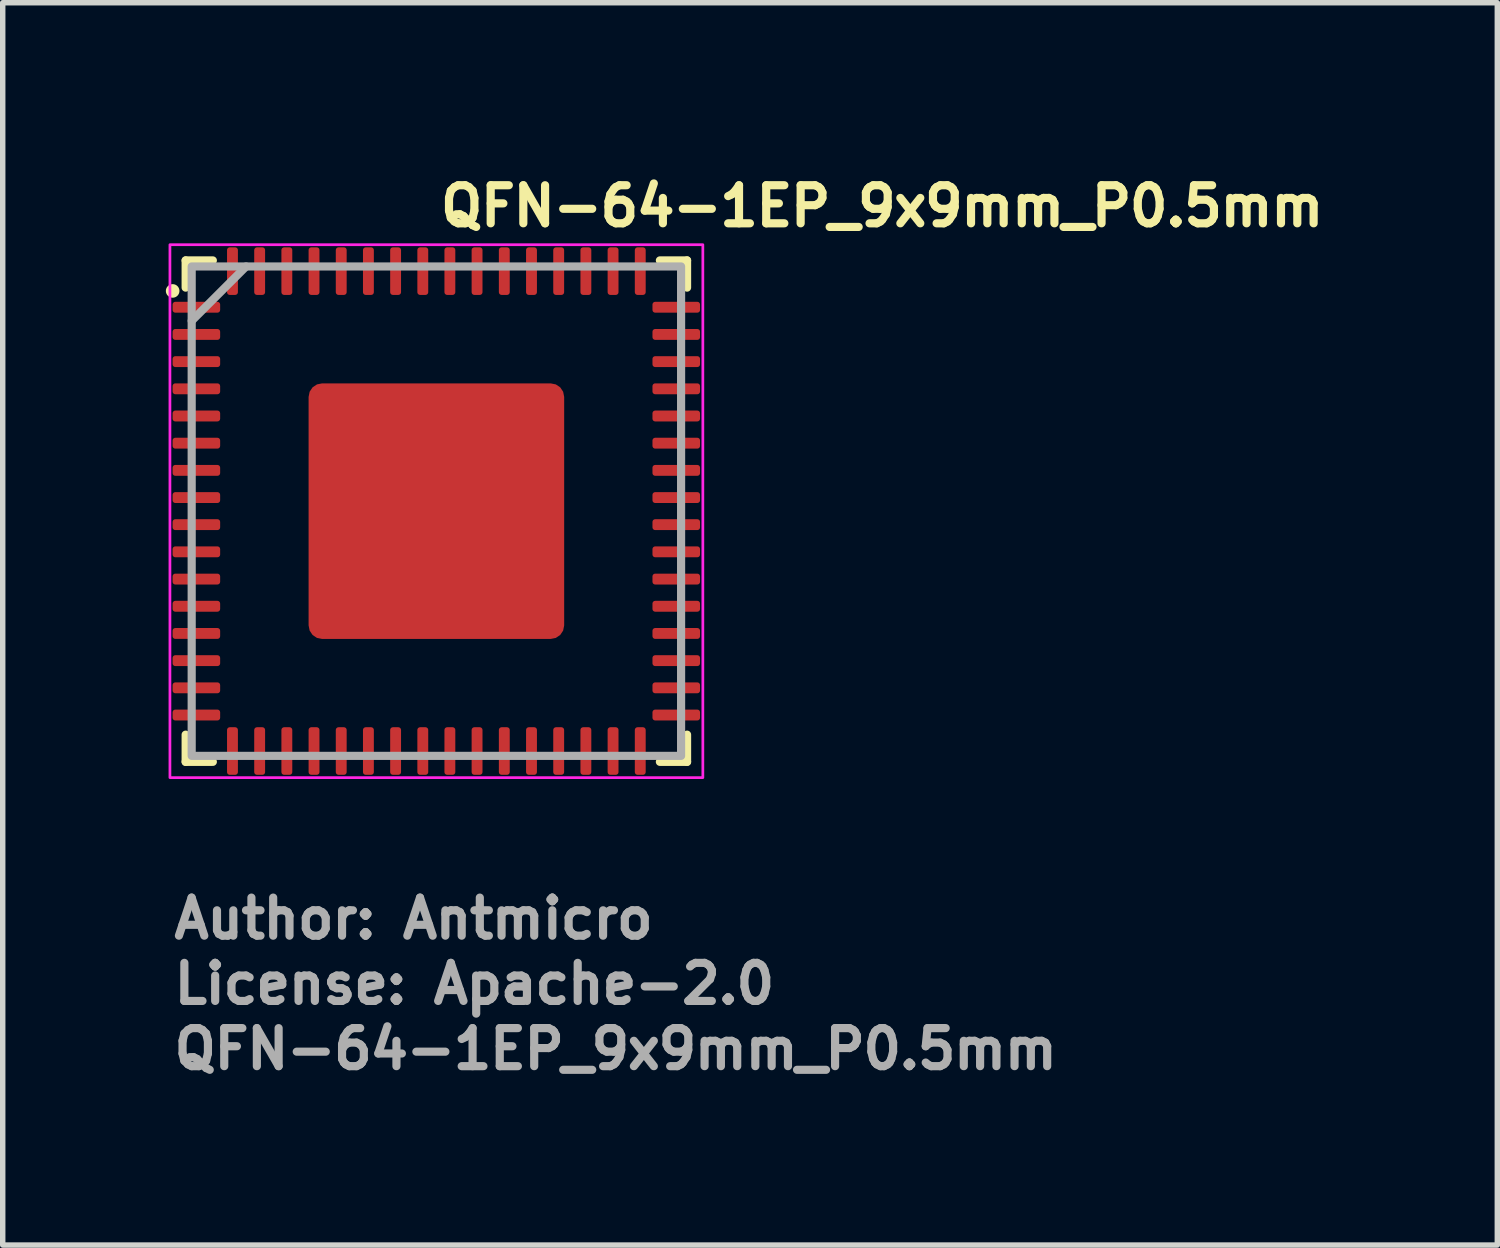
<source format=kicad_pcb>
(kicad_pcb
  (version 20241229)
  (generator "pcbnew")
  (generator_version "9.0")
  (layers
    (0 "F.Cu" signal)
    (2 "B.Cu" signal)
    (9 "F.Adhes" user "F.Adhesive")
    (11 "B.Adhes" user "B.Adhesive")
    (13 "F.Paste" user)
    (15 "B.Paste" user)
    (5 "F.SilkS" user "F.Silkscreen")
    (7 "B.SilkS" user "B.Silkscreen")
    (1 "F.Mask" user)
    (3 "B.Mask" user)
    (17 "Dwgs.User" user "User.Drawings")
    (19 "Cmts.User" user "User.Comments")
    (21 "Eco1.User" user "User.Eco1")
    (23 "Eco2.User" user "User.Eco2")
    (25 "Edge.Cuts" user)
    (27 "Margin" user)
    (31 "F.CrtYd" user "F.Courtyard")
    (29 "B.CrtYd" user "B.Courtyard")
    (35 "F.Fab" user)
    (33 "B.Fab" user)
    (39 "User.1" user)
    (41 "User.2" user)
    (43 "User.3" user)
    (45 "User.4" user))
  (footprint "QFN-64-1EP_9x9mm_P0.5mm"
    (layer "F.Cu")
    (at 4.975 6.35)
    (property "Reference" "QFN-64-1EP_9x9mm_P0.5mm" (at 0 -5.2 0) (layer "F.SilkS") (effects (font (size 0.7 0.7) (thickness 0.15)) (justify left bottom)))
    (attr smd)
    (fp_line (start -4.611 -4.111) (end -4.611 -4.611) (stroke (width 0.15) (type solid)) (layer "F.SilkS"))
    (fp_line (start -4.611 4.61) (end -4.611 4.11) (stroke (width 0.15) (type solid)) (layer "F.SilkS"))
    (fp_line (start -4.111 -4.611) (end -4.611 -4.611) (stroke (width 0.15) (type solid)) (layer "F.SilkS"))
    (fp_line (start -4.111 4.61) (end -4.611 4.61) (stroke (width 0.15) (type solid)) (layer "F.SilkS"))
    (fp_line (start 4.11 -4.611) (end 4.61 -4.611) (stroke (width 0.15) (type solid)) (layer "F.SilkS"))
    (fp_line (start 4.11 4.61) (end 4.61 4.61) (stroke (width 0.15) (type solid)) (layer "F.SilkS"))
    (fp_line (start 4.61 -4.611) (end 4.61 -4.111) (stroke (width 0.15) (type solid)) (layer "F.SilkS"))
    (fp_line (start 4.61 4.61) (end 4.61 4.11) (stroke (width 0.15) (type solid)) (layer "F.SilkS"))
    (fp_circle (center -4.85 -4.05) (end -4.8 -4.05) (stroke (width 0.15) (type solid)) (fill yes) (layer "F.SilkS"))
    (fp_rect (start -4.9 -4.9) (end 4.9 4.9) (stroke (width 0.05) (type solid)) (fill no) (layer "F.CrtYd"))
    (fp_line (start -4.5 -3.5) (end -3.5 -4.5) (stroke (width 0.15) (type solid)) (layer "F.Fab"))
    (fp_rect (start 4.5 4.5) (end -4.5 -4.5) (stroke (width 0.15) (type solid)) (fill no) (layer "F.Fab"))
    (fp_rect (start -4.51 -4.51) (end 4.509 4.509) (stroke (width 0.1) (type solid)) (fill no) (layer "User.5"))
    (fp_line (start -4.51 -3.875) (end -4.51 -3.625) (stroke (width 0.02) (type solid)) (layer "User.9"))
    (fp_line (start -4.51 -3.375) (end -4.51 -3.125) (stroke (width 0.02) (type solid)) (layer "User.9"))
    (fp_line (start -4.51 -2.875) (end -4.51 -2.625) (stroke (width 0.02) (type solid)) (layer "User.9"))
    (fp_line (start -4.51 -2.375) (end -4.51 -2.125) (stroke (width 0.02) (type solid)) (layer "User.9"))
    (fp_line (start -4.51 -1.875) (end -4.51 -1.625) (stroke (width 0.02) (type solid)) (layer "User.9"))
    (fp_line (start -4.51 -1.375) (end -4.51 -1.125) (stroke (width 0.02) (type solid)) (layer "User.9"))
    (fp_line (start -4.51 -0.875) (end -4.51 -0.625) (stroke (width 0.02) (type solid)) (layer "User.9"))
    (fp_line (start -4.51 -0.375) (end -4.51 -0.125) (stroke (width 0.02) (type solid)) (layer "User.9"))
    (fp_line (start -4.51 0.123) (end -4.51 0.373) (stroke (width 0.02) (type solid)) (layer "User.9"))
    (fp_line (start -4.51 0.623) (end -4.51 0.873) (stroke (width 0.02) (type solid)) (layer "User.9"))
    (fp_line (start -4.51 1.124) (end -4.51 1.374) (stroke (width 0.02) (type solid)) (layer "User.9"))
    (fp_line (start -4.51 1.624) (end -4.51 1.874) (stroke (width 0.02) (type solid)) (layer "User.9"))
    (fp_line (start -4.51 2.124) (end -4.51 2.374) (stroke (width 0.02) (type solid)) (layer "User.9"))
    (fp_line (start -4.51 2.624) (end -4.51 2.874) (stroke (width 0.02) (type solid)) (layer "User.9"))
    (fp_line (start -4.51 3.124) (end -4.51 3.374) (stroke (width 0.02) (type solid)) (layer "User.9"))
    (fp_line (start -4.51 3.624) (end -4.51 3.874) (stroke (width 0.02) (type solid)) (layer "User.9"))
    (fp_line (start -4.5 -4.08) (end -4.5 -3.875) (stroke (width 0.02) (type solid)) (layer "User.9"))
    (fp_line (start -4.5 -3.625) (end -4.5 -3.375) (stroke (width 0.02) (type solid)) (layer "User.9"))
    (fp_line (start -4.5 -3.125) (end -4.5 -2.875) (stroke (width 0.02) (type solid)) (layer "User.9"))
    (fp_line (start -4.5 -2.625) (end -4.5 -2.375) (stroke (width 0.02) (type solid)) (layer "User.9"))
    (fp_line (start -4.5 -2.125) (end -4.5 -1.875) (stroke (width 0.02) (type solid)) (layer "User.9"))
    (fp_line (start -4.5 -1.625) (end -4.5 -1.375) (stroke (width 0.02) (type solid)) (layer "User.9"))
    (fp_line (start -4.5 -1.125) (end -4.5 -0.875) (stroke (width 0.02) (type solid)) (layer "User.9"))
    (fp_line (start -4.5 -0.625) (end -4.5 -0.375) (stroke (width 0.02) (type solid)) (layer "User.9"))
    (fp_line (start -4.5 -0.125) (end -4.5 0.123) (stroke (width 0.02) (type solid)) (layer "User.9"))
    (fp_line (start -4.5 0.373) (end -4.5 0.623) (stroke (width 0.02) (type solid)) (layer "User.9"))
    (fp_line (start -4.5 0.873) (end -4.5 1.124) (stroke (width 0.02) (type solid)) (layer "User.9"))
    (fp_line (start -4.5 1.374) (end -4.5 1.624) (stroke (width 0.02) (type solid)) (layer "User.9"))
    (fp_line (start -4.5 1.874) (end -4.5 2.124) (stroke (width 0.02) (type solid)) (layer "User.9"))
    (fp_line (start -4.5 2.374) (end -4.5 2.624) (stroke (width 0.02) (type solid)) (layer "User.9"))
    (fp_line (start -4.5 2.874) (end -4.5 3.124) (stroke (width 0.02) (type solid)) (layer "User.9"))
    (fp_line (start -4.5 3.374) (end -4.5 3.624) (stroke (width 0.02) (type solid)) (layer "User.9"))
    (fp_line (start -4.5 3.874) (end -4.5 4.078) (stroke (width 0.02) (type solid)) (layer "User.9"))
    (fp_line (start -4.5 4.078) (end -4.08 4.498) (stroke (width 0.02) (type solid)) (layer "User.9"))
    (fp_line (start -4.375 -4.029) (end -4.375 -3.875) (stroke (width 0.02) (type solid)) (layer "User.9"))
    (fp_line (start -4.375 -4.029) (end -4.233 -3.971) (stroke (width 0.02) (type solid)) (layer "User.9"))
    (fp_line (start -4.375 -3.625) (end -4.375 -3.375) (stroke (width 0.02) (type solid)) (layer "User.9"))
    (fp_line (start -4.375 -3.125) (end -4.375 -2.875) (stroke (width 0.02) (type solid)) (layer "User.9"))
    (fp_line (start -4.375 -2.625) (end -4.375 -2.375) (stroke (width 0.02) (type solid)) (layer "User.9"))
    (fp_line (start -4.375 -2.125) (end -4.375 -1.875) (stroke (width 0.02) (type solid)) (layer "User.9"))
    (fp_line (start -4.375 -1.625) (end -4.375 -1.375) (stroke (width 0.02) (type solid)) (layer "User.9"))
    (fp_line (start -4.375 -1.125) (end -4.375 -0.875) (stroke (width 0.02) (type solid)) (layer "User.9"))
    (fp_line (start -4.375 -0.625) (end -4.375 -0.375) (stroke (width 0.02) (type solid)) (layer "User.9"))
    (fp_line (start -4.375 -0.125) (end -4.375 0.123) (stroke (width 0.02) (type solid)) (layer "User.9"))
    (fp_line (start -4.375 0.373) (end -4.375 0.623) (stroke (width 0.02) (type solid)) (layer "User.9"))
    (fp_line (start -4.375 0.873) (end -4.375 1.124) (stroke (width 0.02) (type solid)) (layer "User.9"))
    (fp_line (start -4.375 1.374) (end -4.375 1.624) (stroke (width 0.02) (type solid)) (layer "User.9"))
    (fp_line (start -4.375 1.874) (end -4.375 2.124) (stroke (width 0.02) (type solid)) (layer "User.9"))
    (fp_line (start -4.375 2.374) (end -4.375 2.624) (stroke (width 0.02) (type solid)) (layer "User.9"))
    (fp_line (start -4.375 2.874) (end -4.375 3.124) (stroke (width 0.02) (type solid)) (layer "User.9"))
    (fp_line (start -4.375 3.374) (end -4.375 3.624) (stroke (width 0.02) (type solid)) (layer "User.9"))
    (fp_line (start -4.375 3.874) (end -4.375 4.028) (stroke (width 0.02) (type solid)) (layer "User.9"))
    (fp_line (start -4.375 4.028) (end -4.029 4.373) (stroke (width 0.02) (type solid)) (layer "User.9"))
    (fp_line (start -4.374 -3.875) (end -4.51 -3.875) (stroke (width 0.02) (type solid)) (layer "User.9"))
    (fp_line (start -4.374 -3.875) (end -4.374 -3.625) (stroke (width 0.02) (type solid)) (layer "User.9"))
    (fp_line (start -4.374 -3.625) (end -4.51 -3.625) (stroke (width 0.02) (type solid)) (layer "User.9"))
    (fp_line (start -4.374 -3.375) (end -4.51 -3.375) (stroke (width 0.02) (type solid)) (layer "User.9"))
    (fp_line (start -4.374 -3.375) (end -4.374 -3.125) (stroke (width 0.02) (type solid)) (layer "User.9"))
    (fp_line (start -4.374 -3.125) (end -4.51 -3.125) (stroke (width 0.02) (type solid)) (layer "User.9"))
    (fp_line (start -4.374 -2.875) (end -4.51 -2.875) (stroke (width 0.02) (type solid)) (layer "User.9"))
    (fp_line (start -4.374 -2.875) (end -4.374 -2.625) (stroke (width 0.02) (type solid)) (layer "User.9"))
    (fp_line (start -4.374 -2.625) (end -4.51 -2.625) (stroke (width 0.02) (type solid)) (layer "User.9"))
    (fp_line (start -4.374 -2.375) (end -4.51 -2.375) (stroke (width 0.02) (type solid)) (layer "User.9"))
    (fp_line (start -4.374 -2.375) (end -4.374 -2.125) (stroke (width 0.02) (type solid)) (layer "User.9"))
    (fp_line (start -4.374 -2.125) (end -4.51 -2.125) (stroke (width 0.02) (type solid)) (layer "User.9"))
    (fp_line (start -4.374 -1.875) (end -4.51 -1.875) (stroke (width 0.02) (type solid)) (layer "User.9"))
    (fp_line (start -4.374 -1.875) (end -4.374 -1.625) (stroke (width 0.02) (type solid)) (layer "User.9"))
    (fp_line (start -4.374 -1.625) (end -4.51 -1.625) (stroke (width 0.02) (type solid)) (layer "User.9"))
    (fp_line (start -4.374 -1.375) (end -4.51 -1.375) (stroke (width 0.02) (type solid)) (layer "User.9"))
    (fp_line (start -4.374 -1.375) (end -4.374 -1.125) (stroke (width 0.02) (type solid)) (layer "User.9"))
    (fp_line (start -4.374 -1.125) (end -4.51 -1.125) (stroke (width 0.02) (type solid)) (layer "User.9"))
    (fp_line (start -4.374 -0.875) (end -4.51 -0.875) (stroke (width 0.02) (type solid)) (layer "User.9"))
    (fp_line (start -4.374 -0.875) (end -4.374 -0.625) (stroke (width 0.02) (type solid)) (layer "User.9"))
    (fp_line (start -4.374 -0.625) (end -4.51 -0.625) (stroke (width 0.02) (type solid)) (layer "User.9"))
    (fp_line (start -4.374 -0.375) (end -4.51 -0.375) (stroke (width 0.02) (type solid)) (layer "User.9"))
    (fp_line (start -4.374 -0.375) (end -4.374 -0.125) (stroke (width 0.02) (type solid)) (layer "User.9"))
    (fp_line (start -4.374 -0.125) (end -4.51 -0.125) (stroke (width 0.02) (type solid)) (layer "User.9"))
    (fp_line (start -4.374 0.123) (end -4.51 0.123) (stroke (width 0.02) (type solid)) (layer "User.9"))
    (fp_line (start -4.374 0.123) (end -4.374 0.373) (stroke (width 0.02) (type solid)) (layer "User.9"))
    (fp_line (start -4.374 0.373) (end -4.51 0.373) (stroke (width 0.02) (type solid)) (layer "User.9"))
    (fp_line (start -4.374 0.623) (end -4.51 0.623) (stroke (width 0.02) (type solid)) (layer "User.9"))
    (fp_line (start -4.374 0.623) (end -4.374 0.873) (stroke (width 0.02) (type solid)) (layer "User.9"))
    (fp_line (start -4.374 0.873) (end -4.51 0.873) (stroke (width 0.02) (type solid)) (layer "User.9"))
    (fp_line (start -4.374 1.124) (end -4.51 1.124) (stroke (width 0.02) (type solid)) (layer "User.9"))
    (fp_line (start -4.374 1.124) (end -4.374 1.374) (stroke (width 0.02) (type solid)) (layer "User.9"))
    (fp_line (start -4.374 1.374) (end -4.51 1.374) (stroke (width 0.02) (type solid)) (layer "User.9"))
    (fp_line (start -4.374 1.624) (end -4.51 1.624) (stroke (width 0.02) (type solid)) (layer "User.9"))
    (fp_line (start -4.374 1.624) (end -4.374 1.874) (stroke (width 0.02) (type solid)) (layer "User.9"))
    (fp_line (start -4.374 1.874) (end -4.51 1.874) (stroke (width 0.02) (type solid)) (layer "User.9"))
    (fp_line (start -4.374 2.124) (end -4.51 2.124) (stroke (width 0.02) (type solid)) (layer "User.9"))
    (fp_line (start -4.374 2.124) (end -4.374 2.374) (stroke (width 0.02) (type solid)) (layer "User.9"))
    (fp_line (start -4.374 2.374) (end -4.51 2.374) (stroke (width 0.02) (type solid)) (layer "User.9"))
    (fp_line (start -4.374 2.624) (end -4.51 2.624) (stroke (width 0.02) (type solid)) (layer "User.9"))
    (fp_line (start -4.374 2.624) (end -4.374 2.874) (stroke (width 0.02) (type solid)) (layer "User.9"))
    (fp_line (start -4.374 2.874) (end -4.51 2.874) (stroke (width 0.02) (type solid)) (layer "User.9"))
    (fp_line (start -4.374 3.124) (end -4.51 3.124) (stroke (width 0.02) (type solid)) (layer "User.9"))
    (fp_line (start -4.374 3.124) (end -4.374 3.374) (stroke (width 0.02) (type solid)) (layer "User.9"))
    (fp_line (start -4.374 3.374) (end -4.51 3.374) (stroke (width 0.02) (type solid)) (layer "User.9"))
    (fp_line (start -4.374 3.624) (end -4.51 3.624) (stroke (width 0.02) (type solid)) (layer "User.9"))
    (fp_line (start -4.374 3.624) (end -4.374 3.874) (stroke (width 0.02) (type solid)) (layer "User.9"))
    (fp_line (start -4.374 3.874) (end -4.51 3.874) (stroke (width 0.02) (type solid)) (layer "User.9"))
    (fp_line (start -4.233 -3.971) (end -4.233 3.968) (stroke (width 0.02) (type solid)) (layer "User.9"))
    (fp_line (start -4.233 3.968) (end -4.375 4.028) (stroke (width 0.02) (type solid)) (layer "User.9"))
    (fp_line (start -4.233 3.968) (end -3.971 4.232) (stroke (width 0.02) (type solid)) (layer "User.9"))
    (fp_line (start -4.1 -3.786) (end -4.096 -3.805) (stroke (width 0.02) (type solid)) (layer "User.9"))
    (fp_line (start -4.1 -3.77) (end -4.1 -3.786) (stroke (width 0.02) (type solid)) (layer "User.9"))
    (fp_line (start -4.1 -3.75) (end -4.1 -3.77) (stroke (width 0.02) (type solid)) (layer "User.9"))
    (fp_line (start -4.1 -3.734) (end -4.1 -3.751) (stroke (width 0.02) (type solid)) (layer "User.9"))
    (fp_line (start -4.1 -3.715) (end -4.1 -3.734) (stroke (width 0.02) (type solid)) (layer "User.9"))
    (fp_line (start -4.096 -3.805) (end -4.093 -3.822) (stroke (width 0.02) (type solid)) (layer "User.9"))
    (fp_line (start -4.096 -3.697) (end -4.1 -3.715) (stroke (width 0.02) (type solid)) (layer "User.9"))
    (fp_line (start -4.093 -3.822) (end -4.09 -3.838) (stroke (width 0.02) (type solid)) (layer "User.9"))
    (fp_line (start -4.093 -3.681) (end -4.096 -3.697) (stroke (width 0.02) (type solid)) (layer "User.9"))
    (fp_line (start -4.09 -3.838) (end -4.085 -3.855) (stroke (width 0.02) (type solid)) (layer "User.9"))
    (fp_line (start -4.09 -3.664) (end -4.093 -3.681) (stroke (width 0.02) (type solid)) (layer "User.9"))
    (fp_line (start -4.085 -3.855) (end -4.079 -3.871) (stroke (width 0.02) (type solid)) (layer "User.9"))
    (fp_line (start -4.085 -3.646) (end -4.09 -3.664) (stroke (width 0.02) (type solid)) (layer "User.9"))
    (fp_line (start -4.08 -4.5) (end -4.5 -4.08) (stroke (width 0.02) (type solid)) (layer "User.9"))
    (fp_line (start -4.08 4.498) (end -3.875 4.498) (stroke (width 0.02) (type solid)) (layer "User.9"))
    (fp_line (start -4.079 -3.871) (end -4.074 -3.887) (stroke (width 0.02) (type solid)) (layer "User.9"))
    (fp_line (start -4.079 -3.63) (end -4.085 -3.646) (stroke (width 0.02) (type solid)) (layer "User.9"))
    (fp_line (start -4.074 -3.887) (end -4.066 -3.903) (stroke (width 0.02) (type solid)) (layer "User.9"))
    (fp_line (start -4.074 -3.614) (end -4.079 -3.63) (stroke (width 0.02) (type solid)) (layer "User.9"))
    (fp_line (start -4.066 -3.903) (end -4.058 -3.918) (stroke (width 0.02) (type solid)) (layer "User.9"))
    (fp_line (start -4.066 -3.6) (end -4.074 -3.614) (stroke (width 0.02) (type solid)) (layer "User.9"))
    (fp_line (start -4.058 -3.918) (end -4.05 -3.932) (stroke (width 0.02) (type solid)) (layer "User.9"))
    (fp_line (start -4.058 -3.584) (end -4.066 -3.6) (stroke (width 0.02) (type solid)) (layer "User.9"))
    (fp_line (start -4.05 -3.932) (end -4.042 -3.947) (stroke (width 0.02) (type solid)) (layer "User.9"))
    (fp_line (start -4.05 -3.569) (end -4.058 -3.584) (stroke (width 0.02) (type solid)) (layer "User.9"))
    (fp_line (start -4.042 -3.947) (end -4.031 -3.96) (stroke (width 0.02) (type solid)) (layer "User.9"))
    (fp_line (start -4.042 -3.556) (end -4.05 -3.569) (stroke (width 0.02) (type solid)) (layer "User.9"))
    (fp_line (start -4.031 -3.96) (end -4.021 -3.973) (stroke (width 0.02) (type solid)) (layer "User.9"))
    (fp_line (start -4.031 -3.541) (end -4.042 -3.556) (stroke (width 0.02) (type solid)) (layer "User.9"))
    (fp_line (start -4.029 -4.375) (end -4.375 -4.029) (stroke (width 0.02) (type solid)) (layer "User.9"))
    (fp_line (start -4.029 4.373) (end -3.875 4.373) (stroke (width 0.02) (type solid)) (layer "User.9"))
    (fp_line (start -4.021 -3.973) (end -4.01 -3.987) (stroke (width 0.02) (type solid)) (layer "User.9"))
    (fp_line (start -4.021 -3.528) (end -4.031 -3.541) (stroke (width 0.02) (type solid)) (layer "User.9"))
    (fp_line (start -4.01 -3.987) (end -3.999 -3.999) (stroke (width 0.02) (type solid)) (layer "User.9"))
    (fp_line (start -4.01 -3.516) (end -4.021 -3.528) (stroke (width 0.02) (type solid)) (layer "User.9"))
    (fp_line (start -3.999 -3.999) (end -3.987 -4.01) (stroke (width 0.02) (type solid)) (layer "User.9"))
    (fp_line (start -3.999 -3.504) (end -4.01 -3.516) (stroke (width 0.02) (type solid)) (layer "User.9"))
    (fp_line (start -3.987 -4.01) (end -3.973 -4.021) (stroke (width 0.02) (type solid)) (layer "User.9"))
    (fp_line (start -3.987 -3.492) (end -3.999 -3.504) (stroke (width 0.02) (type solid)) (layer "User.9"))
    (fp_line (start -3.973 -4.021) (end -3.96 -4.031) (stroke (width 0.02) (type solid)) (layer "User.9"))
    (fp_line (start -3.973 -3.481) (end -3.987 -3.492) (stroke (width 0.02) (type solid)) (layer "User.9"))
    (fp_line (start -3.971 -4.233) (end -4.233 -3.971) (stroke (width 0.02) (type solid)) (layer "User.9"))
    (fp_line (start -3.971 -4.233) (end -4.029 -4.375) (stroke (width 0.02) (type solid)) (layer "User.9"))
    (fp_line (start -3.971 4.232) (end -4.029 4.373) (stroke (width 0.02) (type solid)) (layer "User.9"))
    (fp_line (start -3.971 4.232) (end 3.968 4.232) (stroke (width 0.02) (type solid)) (layer "User.9"))
    (fp_line (start -3.96 -4.031) (end -3.947 -4.042) (stroke (width 0.02) (type solid)) (layer "User.9"))
    (fp_line (start -3.96 -3.471) (end -3.973 -3.481) (stroke (width 0.02) (type solid)) (layer "User.9"))
    (fp_line (start -3.947 -4.042) (end -3.932 -4.05) (stroke (width 0.02) (type solid)) (layer "User.9"))
    (fp_line (start -3.947 -3.46) (end -3.96 -3.471) (stroke (width 0.02) (type solid)) (layer "User.9"))
    (fp_line (start -3.932 -4.05) (end -3.918 -4.058) (stroke (width 0.02) (type solid)) (layer "User.9"))
    (fp_line (start -3.932 -3.451) (end -3.947 -3.46) (stroke (width 0.02) (type solid)) (layer "User.9"))
    (fp_line (start -3.918 -4.058) (end -3.903 -4.066) (stroke (width 0.02) (type solid)) (layer "User.9"))
    (fp_line (start -3.918 -3.443) (end -3.932 -3.451) (stroke (width 0.02) (type solid)) (layer "User.9"))
    (fp_line (start -3.903 -4.066) (end -3.887 -4.074) (stroke (width 0.02) (type solid)) (layer "User.9"))
    (fp_line (start -3.903 -3.435) (end -3.918 -3.443) (stroke (width 0.02) (type solid)) (layer "User.9"))
    (fp_line (start -3.887 -4.074) (end -3.871 -4.079) (stroke (width 0.02) (type solid)) (layer "User.9"))
    (fp_line (start -3.887 -3.428) (end -3.903 -3.435) (stroke (width 0.02) (type solid)) (layer "User.9"))
    (fp_line (start -3.875 -4.5) (end -4.08 -4.5) (stroke (width 0.02) (type solid)) (layer "User.9"))
    (fp_line (start -3.875 -4.375) (end -4.029 -4.375) (stroke (width 0.02) (type solid)) (layer "User.9"))
    (fp_line (start -3.875 -4.374) (end -3.875 -4.51) (stroke (width 0.02) (type solid)) (layer "User.9"))
    (fp_line (start -3.875 4.371) (end -3.875 4.509) (stroke (width 0.02) (type solid)) (layer "User.9"))
    (fp_line (start -3.875 4.371) (end -3.625 4.371) (stroke (width 0.02) (type solid)) (layer "User.9"))
    (fp_line (start -3.875 4.509) (end -3.625 4.509) (stroke (width 0.02) (type solid)) (layer "User.9"))
    (fp_line (start -3.871 -4.079) (end -3.855 -4.085) (stroke (width 0.02) (type solid)) (layer "User.9"))
    (fp_line (start -3.871 -3.423) (end -3.887 -3.428) (stroke (width 0.02) (type solid)) (layer "User.9"))
    (fp_line (start -3.855 -4.085) (end -3.838 -4.09) (stroke (width 0.02) (type solid)) (layer "User.9"))
    (fp_line (start -3.855 -3.416) (end -3.871 -3.423) (stroke (width 0.02) (type solid)) (layer "User.9"))
    (fp_line (start -3.838 -4.09) (end -3.822 -4.093) (stroke (width 0.02) (type solid)) (layer "User.9"))
    (fp_line (start -3.838 -3.412) (end -3.855 -3.416) (stroke (width 0.02) (type solid)) (layer "User.9"))
    (fp_line (start -3.822 -4.093) (end -3.805 -4.096) (stroke (width 0.02) (type solid)) (layer "User.9"))
    (fp_line (start -3.822 -3.408) (end -3.838 -3.412) (stroke (width 0.02) (type solid)) (layer "User.9"))
    (fp_line (start -3.805 -4.096) (end -3.786 -4.098) (stroke (width 0.02) (type solid)) (layer "User.9"))
    (fp_line (start -3.805 -3.406) (end -3.822 -3.408) (stroke (width 0.02) (type solid)) (layer "User.9"))
    (fp_line (start -3.786 -4.098) (end -3.77 -4.1) (stroke (width 0.02) (type solid)) (layer "User.9"))
    (fp_line (start -3.786 -3.403) (end -3.805 -3.406) (stroke (width 0.02) (type solid)) (layer "User.9"))
    (fp_line (start -3.77 -4.1) (end -3.75 -4.1) (stroke (width 0.02) (type solid)) (layer "User.9"))
    (fp_line (start -3.77 -3.402) (end -3.786 -3.403) (stroke (width 0.02) (type solid)) (layer "User.9"))
    (fp_line (start -3.75 -4.1) (end -3.75 -4.1) (stroke (width 0.02) (type solid)) (layer "User.9"))
    (fp_line (start -3.75 -4.1) (end -3.733 -4.1) (stroke (width 0.02) (type solid)) (layer "User.9"))
    (fp_line (start -3.75 -3.402) (end -3.77 -3.402) (stroke (width 0.02) (type solid)) (layer "User.9"))
    (fp_line (start -3.75 -3.402) (end -3.75 -3.402) (stroke (width 0.02) (type solid)) (layer "User.9"))
    (fp_line (start -3.733 -4.1) (end -3.715 -4.098) (stroke (width 0.02) (type solid)) (layer "User.9"))
    (fp_line (start -3.733 -3.402) (end -3.75 -3.402) (stroke (width 0.02) (type solid)) (layer "User.9"))
    (fp_line (start -3.715 -4.098) (end -3.697 -4.096) (stroke (width 0.02) (type solid)) (layer "User.9"))
    (fp_line (start -3.715 -3.403) (end -3.733 -3.402) (stroke (width 0.02) (type solid)) (layer "User.9"))
    (fp_line (start -3.697 -4.096) (end -3.681 -4.093) (stroke (width 0.02) (type solid)) (layer "User.9"))
    (fp_line (start -3.697 -3.406) (end -3.715 -3.403) (stroke (width 0.02) (type solid)) (layer "User.9"))
    (fp_line (start -3.681 -4.093) (end -3.664 -4.09) (stroke (width 0.02) (type solid)) (layer "User.9"))
    (fp_line (start -3.681 -3.408) (end -3.697 -3.406) (stroke (width 0.02) (type solid)) (layer "User.9"))
    (fp_line (start -3.664 -4.09) (end -3.646 -4.085) (stroke (width 0.02) (type solid)) (layer "User.9"))
    (fp_line (start -3.664 -3.412) (end -3.681 -3.408) (stroke (width 0.02) (type solid)) (layer "User.9"))
    (fp_line (start -3.646 -4.085) (end -3.63 -4.079) (stroke (width 0.02) (type solid)) (layer "User.9"))
    (fp_line (start -3.646 -3.416) (end -3.664 -3.412) (stroke (width 0.02) (type solid)) (layer "User.9"))
    (fp_line (start -3.63 -4.079) (end -3.614 -4.074) (stroke (width 0.02) (type solid)) (layer "User.9"))
    (fp_line (start -3.63 -3.423) (end -3.646 -3.416) (stroke (width 0.02) (type solid)) (layer "User.9"))
    (fp_line (start -3.625 -4.51) (end -3.875 -4.51) (stroke (width 0.02) (type solid)) (layer "User.9"))
    (fp_line (start -3.625 -4.374) (end -3.875 -4.374) (stroke (width 0.02) (type solid)) (layer "User.9"))
    (fp_line (start -3.625 -4.374) (end -3.625 -4.51) (stroke (width 0.02) (type solid)) (layer "User.9"))
    (fp_line (start -3.625 4.371) (end -3.625 4.509) (stroke (width 0.02) (type solid)) (layer "User.9"))
    (fp_line (start -3.625 4.373) (end -3.375 4.373) (stroke (width 0.02) (type solid)) (layer "User.9"))
    (fp_line (start -3.625 4.498) (end -3.375 4.498) (stroke (width 0.02) (type solid)) (layer "User.9"))
    (fp_line (start -3.614 -4.074) (end -3.6 -4.066) (stroke (width 0.02) (type solid)) (layer "User.9"))
    (fp_line (start -3.614 -3.428) (end -3.63 -3.423) (stroke (width 0.02) (type solid)) (layer "User.9"))
    (fp_line (start -3.6 -4.066) (end -3.584 -4.058) (stroke (width 0.02) (type solid)) (layer "User.9"))
    (fp_line (start -3.6 -3.435) (end -3.614 -3.428) (stroke (width 0.02) (type solid)) (layer "User.9"))
    (fp_line (start -3.584 -4.058) (end -3.569 -4.05) (stroke (width 0.02) (type solid)) (layer "User.9"))
    (fp_line (start -3.584 -3.443) (end -3.6 -3.435) (stroke (width 0.02) (type solid)) (layer "User.9"))
    (fp_line (start -3.569 -4.05) (end -3.556 -4.042) (stroke (width 0.02) (type solid)) (layer "User.9"))
    (fp_line (start -3.569 -3.451) (end -3.584 -3.443) (stroke (width 0.02) (type solid)) (layer "User.9"))
    (fp_line (start -3.556 -4.042) (end -3.541 -4.031) (stroke (width 0.02) (type solid)) (layer "User.9"))
    (fp_line (start -3.556 -3.46) (end -3.569 -3.451) (stroke (width 0.02) (type solid)) (layer "User.9"))
    (fp_line (start -3.541 -4.031) (end -3.528 -4.021) (stroke (width 0.02) (type solid)) (layer "User.9"))
    (fp_line (start -3.541 -3.471) (end -3.556 -3.46) (stroke (width 0.02) (type solid)) (layer "User.9"))
    (fp_line (start -3.528 -4.021) (end -3.516 -4.01) (stroke (width 0.02) (type solid)) (layer "User.9"))
    (fp_line (start -3.528 -3.481) (end -3.541 -3.471) (stroke (width 0.02) (type solid)) (layer "User.9"))
    (fp_line (start -3.516 -4.01) (end -3.504 -3.999) (stroke (width 0.02) (type solid)) (layer "User.9"))
    (fp_line (start -3.516 -3.492) (end -3.528 -3.481) (stroke (width 0.02) (type solid)) (layer "User.9"))
    (fp_line (start -3.504 -3.999) (end -3.492 -3.987) (stroke (width 0.02) (type solid)) (layer "User.9"))
    (fp_line (start -3.504 -3.504) (end -3.516 -3.492) (stroke (width 0.02) (type solid)) (layer "User.9"))
    (fp_line (start -3.492 -3.987) (end -3.481 -3.973) (stroke (width 0.02) (type solid)) (layer "User.9"))
    (fp_line (start -3.492 -3.516) (end -3.504 -3.504) (stroke (width 0.02) (type solid)) (layer "User.9"))
    (fp_line (start -3.481 -3.973) (end -3.471 -3.96) (stroke (width 0.02) (type solid)) (layer "User.9"))
    (fp_line (start -3.481 -3.528) (end -3.492 -3.516) (stroke (width 0.02) (type solid)) (layer "User.9"))
    (fp_line (start -3.471 -3.96) (end -3.46 -3.947) (stroke (width 0.02) (type solid)) (layer "User.9"))
    (fp_line (start -3.471 -3.541) (end -3.481 -3.528) (stroke (width 0.02) (type solid)) (layer "User.9"))
    (fp_line (start -3.46 -3.947) (end -3.451 -3.932) (stroke (width 0.02) (type solid)) (layer "User.9"))
    (fp_line (start -3.46 -3.556) (end -3.471 -3.541) (stroke (width 0.02) (type solid)) (layer "User.9"))
    (fp_line (start -3.451 -3.932) (end -3.443 -3.918) (stroke (width 0.02) (type solid)) (layer "User.9"))
    (fp_line (start -3.451 -3.569) (end -3.46 -3.556) (stroke (width 0.02) (type solid)) (layer "User.9"))
    (fp_line (start -3.443 -3.918) (end -3.435 -3.903) (stroke (width 0.02) (type solid)) (layer "User.9"))
    (fp_line (start -3.443 -3.584) (end -3.451 -3.569) (stroke (width 0.02) (type solid)) (layer "User.9"))
    (fp_line (start -3.435 -3.903) (end -3.428 -3.887) (stroke (width 0.02) (type solid)) (layer "User.9"))
    (fp_line (start -3.435 -3.6) (end -3.443 -3.584) (stroke (width 0.02) (type solid)) (layer "User.9"))
    (fp_line (start -3.428 -3.887) (end -3.423 -3.871) (stroke (width 0.02) (type solid)) (layer "User.9"))
    (fp_line (start -3.428 -3.614) (end -3.435 -3.6) (stroke (width 0.02) (type solid)) (layer "User.9"))
    (fp_line (start -3.423 -3.871) (end -3.416 -3.855) (stroke (width 0.02) (type solid)) (layer "User.9"))
    (fp_line (start -3.423 -3.63) (end -3.428 -3.614) (stroke (width 0.02) (type solid)) (layer "User.9"))
    (fp_line (start -3.416 -3.855) (end -3.412 -3.838) (stroke (width 0.02) (type solid)) (layer "User.9"))
    (fp_line (start -3.416 -3.646) (end -3.423 -3.63) (stroke (width 0.02) (type solid)) (layer "User.9"))
    (fp_line (start -3.412 -3.838) (end -3.408 -3.822) (stroke (width 0.02) (type solid)) (layer "User.9"))
    (fp_line (start -3.412 -3.664) (end -3.416 -3.646) (stroke (width 0.02) (type solid)) (layer "User.9"))
    (fp_line (start -3.408 -3.822) (end -3.406 -3.805) (stroke (width 0.02) (type solid)) (layer "User.9"))
    (fp_line (start -3.408 -3.681) (end -3.412 -3.664) (stroke (width 0.02) (type solid)) (layer "User.9"))
    (fp_line (start -3.406 -3.805) (end -3.403 -3.786) (stroke (width 0.02) (type solid)) (layer "User.9"))
    (fp_line (start -3.406 -3.697) (end -3.408 -3.681) (stroke (width 0.02) (type solid)) (layer "User.9"))
    (fp_line (start -3.403 -3.786) (end -3.402 -3.769) (stroke (width 0.02) (type solid)) (layer "User.9"))
    (fp_line (start -3.403 -3.715) (end -3.406 -3.697) (stroke (width 0.02) (type solid)) (layer "User.9"))
    (fp_line (start -3.402 -3.769) (end -3.4 -3.75) (stroke (width 0.02) (type solid)) (layer "User.9"))
    (fp_line (start -3.402 -3.733) (end -3.403 -3.715) (stroke (width 0.02) (type solid)) (layer "User.9"))
    (fp_line (start -3.4 -3.75) (end -3.402 -3.733) (stroke (width 0.02) (type solid)) (layer "User.9"))
    (fp_line (start -3.375 -4.5) (end -3.625 -4.5) (stroke (width 0.02) (type solid)) (layer "User.9"))
    (fp_line (start -3.375 -4.375) (end -3.625 -4.375) (stroke (width 0.02) (type solid)) (layer "User.9"))
    (fp_line (start -3.375 -4.374) (end -3.375 -4.51) (stroke (width 0.02) (type solid)) (layer "User.9"))
    (fp_line (start -3.375 4.371) (end -3.375 4.509) (stroke (width 0.02) (type solid)) (layer "User.9"))
    (fp_line (start -3.375 4.371) (end -3.125 4.371) (stroke (width 0.02) (type solid)) (layer "User.9"))
    (fp_line (start -3.375 4.509) (end -3.125 4.509) (stroke (width 0.02) (type solid)) (layer "User.9"))
    (fp_line (start -3.125 -4.51) (end -3.375 -4.51) (stroke (width 0.02) (type solid)) (layer "User.9"))
    (fp_line (start -3.125 -4.374) (end -3.375 -4.374) (stroke (width 0.02) (type solid)) (layer "User.9"))
    (fp_line (start -3.125 -4.374) (end -3.125 -4.51) (stroke (width 0.02) (type solid)) (layer "User.9"))
    (fp_line (start -3.125 4.371) (end -3.125 4.509) (stroke (width 0.02) (type solid)) (layer "User.9"))
    (fp_line (start -3.125 4.373) (end -2.875 4.373) (stroke (width 0.02) (type solid)) (layer "User.9"))
    (fp_line (start -3.125 4.498) (end -2.875 4.498) (stroke (width 0.02) (type solid)) (layer "User.9"))
    (fp_line (start -2.875 -4.5) (end -3.125 -4.5) (stroke (width 0.02) (type solid)) (layer "User.9"))
    (fp_line (start -2.875 -4.375) (end -3.125 -4.375) (stroke (width 0.02) (type solid)) (layer "User.9"))
    (fp_line (start -2.875 -4.374) (end -2.875 -4.51) (stroke (width 0.02) (type solid)) (layer "User.9"))
    (fp_line (start -2.875 4.371) (end -2.875 4.509) (stroke (width 0.02) (type solid)) (layer "User.9"))
    (fp_line (start -2.875 4.371) (end -2.625 4.371) (stroke (width 0.02) (type solid)) (layer "User.9"))
    (fp_line (start -2.875 4.509) (end -2.625 4.509) (stroke (width 0.02) (type solid)) (layer "User.9"))
    (fp_line (start -2.625 -4.51) (end -2.875 -4.51) (stroke (width 0.02) (type solid)) (layer "User.9"))
    (fp_line (start -2.625 -4.374) (end -2.875 -4.374) (stroke (width 0.02) (type solid)) (layer "User.9"))
    (fp_line (start -2.625 -4.374) (end -2.625 -4.51) (stroke (width 0.02) (type solid)) (layer "User.9"))
    (fp_line (start -2.625 4.371) (end -2.625 4.509) (stroke (width 0.02) (type solid)) (layer "User.9"))
    (fp_line (start -2.625 4.373) (end -2.375 4.373) (stroke (width 0.02) (type solid)) (layer "User.9"))
    (fp_line (start -2.625 4.498) (end -2.375 4.498) (stroke (width 0.02) (type solid)) (layer "User.9"))
    (fp_line (start -2.375 -4.5) (end -2.625 -4.5) (stroke (width 0.02) (type solid)) (layer "User.9"))
    (fp_line (start -2.375 -4.375) (end -2.625 -4.375) (stroke (width 0.02) (type solid)) (layer "User.9"))
    (fp_line (start -2.375 -4.374) (end -2.375 -4.51) (stroke (width 0.02) (type solid)) (layer "User.9"))
    (fp_line (start -2.375 4.371) (end -2.375 4.509) (stroke (width 0.02) (type solid)) (layer "User.9"))
    (fp_line (start -2.375 4.371) (end -2.125 4.371) (stroke (width 0.02) (type solid)) (layer "User.9"))
    (fp_line (start -2.375 4.509) (end -2.125 4.509) (stroke (width 0.02) (type solid)) (layer "User.9"))
    (fp_line (start -2.125 -4.51) (end -2.375 -4.51) (stroke (width 0.02) (type solid)) (layer "User.9"))
    (fp_line (start -2.125 -4.374) (end -2.375 -4.374) (stroke (width 0.02) (type solid)) (layer "User.9"))
    (fp_line (start -2.125 -4.374) (end -2.125 -4.51) (stroke (width 0.02) (type solid)) (layer "User.9"))
    (fp_line (start -2.125 4.371) (end -2.125 4.509) (stroke (width 0.02) (type solid)) (layer "User.9"))
    (fp_line (start -2.125 4.373) (end -1.875 4.373) (stroke (width 0.02) (type solid)) (layer "User.9"))
    (fp_line (start -2.125 4.498) (end -1.875 4.498) (stroke (width 0.02) (type solid)) (layer "User.9"))
    (fp_line (start -1.875 -4.5) (end -2.125 -4.5) (stroke (width 0.02) (type solid)) (layer "User.9"))
    (fp_line (start -1.875 -4.375) (end -2.125 -4.375) (stroke (width 0.02) (type solid)) (layer "User.9"))
    (fp_line (start -1.875 -4.374) (end -1.875 -4.51) (stroke (width 0.02) (type solid)) (layer "User.9"))
    (fp_line (start -1.875 4.371) (end -1.875 4.509) (stroke (width 0.02) (type solid)) (layer "User.9"))
    (fp_line (start -1.875 4.371) (end -1.625 4.371) (stroke (width 0.02) (type solid)) (layer "User.9"))
    (fp_line (start -1.875 4.509) (end -1.625 4.509) (stroke (width 0.02) (type solid)) (layer "User.9"))
    (fp_line (start -1.625 -4.51) (end -1.875 -4.51) (stroke (width 0.02) (type solid)) (layer "User.9"))
    (fp_line (start -1.625 -4.374) (end -1.875 -4.374) (stroke (width 0.02) (type solid)) (layer "User.9"))
    (fp_line (start -1.625 -4.374) (end -1.625 -4.51) (stroke (width 0.02) (type solid)) (layer "User.9"))
    (fp_line (start -1.625 4.371) (end -1.625 4.509) (stroke (width 0.02) (type solid)) (layer "User.9"))
    (fp_line (start -1.625 4.373) (end -1.375 4.373) (stroke (width 0.02) (type solid)) (layer "User.9"))
    (fp_line (start -1.625 4.498) (end -1.375 4.498) (stroke (width 0.02) (type solid)) (layer "User.9"))
    (fp_line (start -1.375 -4.5) (end -1.625 -4.5) (stroke (width 0.02) (type solid)) (layer "User.9"))
    (fp_line (start -1.375 -4.375) (end -1.625 -4.375) (stroke (width 0.02) (type solid)) (layer "User.9"))
    (fp_line (start -1.375 -4.374) (end -1.375 -4.51) (stroke (width 0.02) (type solid)) (layer "User.9"))
    (fp_line (start -1.375 4.371) (end -1.375 4.509) (stroke (width 0.02) (type solid)) (layer "User.9"))
    (fp_line (start -1.375 4.371) (end -1.125 4.371) (stroke (width 0.02) (type solid)) (layer "User.9"))
    (fp_line (start -1.375 4.509) (end -1.125 4.509) (stroke (width 0.02) (type solid)) (layer "User.9"))
    (fp_line (start -1.125 -4.51) (end -1.375 -4.51) (stroke (width 0.02) (type solid)) (layer "User.9"))
    (fp_line (start -1.125 -4.374) (end -1.375 -4.374) (stroke (width 0.02) (type solid)) (layer "User.9"))
    (fp_line (start -1.125 -4.374) (end -1.125 -4.51) (stroke (width 0.02) (type solid)) (layer "User.9"))
    (fp_line (start -1.125 4.371) (end -1.125 4.509) (stroke (width 0.02) (type solid)) (layer "User.9"))
    (fp_line (start -1.125 4.373) (end -0.875 4.373) (stroke (width 0.02) (type solid)) (layer "User.9"))
    (fp_line (start -1.125 4.498) (end -0.875 4.498) (stroke (width 0.02) (type solid)) (layer "User.9"))
    (fp_line (start -0.875 -4.5) (end -1.125 -4.5) (stroke (width 0.02) (type solid)) (layer "User.9"))
    (fp_line (start -0.875 -4.375) (end -1.125 -4.375) (stroke (width 0.02) (type solid)) (layer "User.9"))
    (fp_line (start -0.875 -4.374) (end -0.875 -4.51) (stroke (width 0.02) (type solid)) (layer "User.9"))
    (fp_line (start -0.875 4.371) (end -0.875 4.509) (stroke (width 0.02) (type solid)) (layer "User.9"))
    (fp_line (start -0.875 4.371) (end -0.625 4.371) (stroke (width 0.02) (type solid)) (layer "User.9"))
    (fp_line (start -0.875 4.509) (end -0.625 4.509) (stroke (width 0.02) (type solid)) (layer "User.9"))
    (fp_line (start -0.625 -4.51) (end -0.875 -4.51) (stroke (width 0.02) (type solid)) (layer "User.9"))
    (fp_line (start -0.625 -4.374) (end -0.875 -4.374) (stroke (width 0.02) (type solid)) (layer "User.9"))
    (fp_line (start -0.625 -4.374) (end -0.625 -4.51) (stroke (width 0.02) (type solid)) (layer "User.9"))
    (fp_line (start -0.625 4.371) (end -0.625 4.509) (stroke (width 0.02) (type solid)) (layer "User.9"))
    (fp_line (start -0.625 4.373) (end -0.375 4.373) (stroke (width 0.02) (type solid)) (layer "User.9"))
    (fp_line (start -0.625 4.498) (end -0.375 4.498) (stroke (width 0.02) (type solid)) (layer "User.9"))
    (fp_line (start -0.375 -4.5) (end -0.625 -4.5) (stroke (width 0.02) (type solid)) (layer "User.9"))
    (fp_line (start -0.375 -4.375) (end -0.625 -4.375) (stroke (width 0.02) (type solid)) (layer "User.9"))
    (fp_line (start -0.375 -4.374) (end -0.375 -4.51) (stroke (width 0.02) (type solid)) (layer "User.9"))
    (fp_line (start -0.375 4.371) (end -0.375 4.509) (stroke (width 0.02) (type solid)) (layer "User.9"))
    (fp_line (start -0.375 4.371) (end -0.125 4.371) (stroke (width 0.02) (type solid)) (layer "User.9"))
    (fp_line (start -0.375 4.509) (end -0.125 4.509) (stroke (width 0.02) (type solid)) (layer "User.9"))
    (fp_line (start -0.125 -4.51) (end -0.375 -4.51) (stroke (width 0.02) (type solid)) (layer "User.9"))
    (fp_line (start -0.125 -4.374) (end -0.375 -4.374) (stroke (width 0.02) (type solid)) (layer "User.9"))
    (fp_line (start -0.125 -4.374) (end -0.125 -4.51) (stroke (width 0.02) (type solid)) (layer "User.9"))
    (fp_line (start -0.125 4.371) (end -0.125 4.509) (stroke (width 0.02) (type solid)) (layer "User.9"))
    (fp_line (start -0.125 4.373) (end 0.123 4.373) (stroke (width 0.02) (type solid)) (layer "User.9"))
    (fp_line (start -0.125 4.498) (end 0.123 4.498) (stroke (width 0.02) (type solid)) (layer "User.9"))
    (fp_line (start 0.123 -4.5) (end -0.125 -4.5) (stroke (width 0.02) (type solid)) (layer "User.9"))
    (fp_line (start 0.123 -4.375) (end -0.125 -4.375) (stroke (width 0.02) (type solid)) (layer "User.9"))
    (fp_line (start 0.123 -4.374) (end 0.123 -4.51) (stroke (width 0.02) (type solid)) (layer "User.9"))
    (fp_line (start 0.123 4.371) (end 0.123 4.509) (stroke (width 0.02) (type solid)) (layer "User.9"))
    (fp_line (start 0.123 4.371) (end 0.373 4.371) (stroke (width 0.02) (type solid)) (layer "User.9"))
    (fp_line (start 0.123 4.509) (end 0.373 4.509) (stroke (width 0.02) (type solid)) (layer "User.9"))
    (fp_line (start 0.373 -4.51) (end 0.123 -4.51) (stroke (width 0.02) (type solid)) (layer "User.9"))
    (fp_line (start 0.373 -4.374) (end 0.123 -4.374) (stroke (width 0.02) (type solid)) (layer "User.9"))
    (fp_line (start 0.373 -4.374) (end 0.373 -4.51) (stroke (width 0.02) (type solid)) (layer "User.9"))
    (fp_line (start 0.373 4.371) (end 0.373 4.509) (stroke (width 0.02) (type solid)) (layer "User.9"))
    (fp_line (start 0.373 4.373) (end 0.623 4.373) (stroke (width 0.02) (type solid)) (layer "User.9"))
    (fp_line (start 0.373 4.498) (end 0.623 4.498) (stroke (width 0.02) (type solid)) (layer "User.9"))
    (fp_line (start 0.623 -4.5) (end 0.373 -4.5) (stroke (width 0.02) (type solid)) (layer "User.9"))
    (fp_line (start 0.623 -4.375) (end 0.373 -4.375) (stroke (width 0.02) (type solid)) (layer "User.9"))
    (fp_line (start 0.623 -4.374) (end 0.623 -4.51) (stroke (width 0.02) (type solid)) (layer "User.9"))
    (fp_line (start 0.623 4.371) (end 0.623 4.509) (stroke (width 0.02) (type solid)) (layer "User.9"))
    (fp_line (start 0.623 4.371) (end 0.873 4.371) (stroke (width 0.02) (type solid)) (layer "User.9"))
    (fp_line (start 0.623 4.509) (end 0.873 4.509) (stroke (width 0.02) (type solid)) (layer "User.9"))
    (fp_line (start 0.873 -4.51) (end 0.623 -4.51) (stroke (width 0.02) (type solid)) (layer "User.9"))
    (fp_line (start 0.873 -4.374) (end 0.623 -4.374) (stroke (width 0.02) (type solid)) (layer "User.9"))
    (fp_line (start 0.873 -4.374) (end 0.873 -4.51) (stroke (width 0.02) (type solid)) (layer "User.9"))
    (fp_line (start 0.873 4.371) (end 0.873 4.509) (stroke (width 0.02) (type solid)) (layer "User.9"))
    (fp_line (start 0.873 4.373) (end 1.124 4.373) (stroke (width 0.02) (type solid)) (layer "User.9"))
    (fp_line (start 0.873 4.498) (end 1.124 4.498) (stroke (width 0.02) (type solid)) (layer "User.9"))
    (fp_line (start 1.124 -4.5) (end 0.873 -4.5) (stroke (width 0.02) (type solid)) (layer "User.9"))
    (fp_line (start 1.124 -4.375) (end 0.873 -4.375) (stroke (width 0.02) (type solid)) (layer "User.9"))
    (fp_line (start 1.124 -4.374) (end 1.124 -4.51) (stroke (width 0.02) (type solid)) (layer "User.9"))
    (fp_line (start 1.124 4.371) (end 1.124 4.509) (stroke (width 0.02) (type solid)) (layer "User.9"))
    (fp_line (start 1.124 4.371) (end 1.374 4.371) (stroke (width 0.02) (type solid)) (layer "User.9"))
    (fp_line (start 1.124 4.509) (end 1.374 4.509) (stroke (width 0.02) (type solid)) (layer "User.9"))
    (fp_line (start 1.374 -4.51) (end 1.124 -4.51) (stroke (width 0.02) (type solid)) (layer "User.9"))
    (fp_line (start 1.374 -4.374) (end 1.124 -4.374) (stroke (width 0.02) (type solid)) (layer "User.9"))
    (fp_line (start 1.374 -4.374) (end 1.374 -4.51) (stroke (width 0.02) (type solid)) (layer "User.9"))
    (fp_line (start 1.374 4.371) (end 1.374 4.509) (stroke (width 0.02) (type solid)) (layer "User.9"))
    (fp_line (start 1.374 4.373) (end 1.624 4.373) (stroke (width 0.02) (type solid)) (layer "User.9"))
    (fp_line (start 1.374 4.498) (end 1.624 4.498) (stroke (width 0.02) (type solid)) (layer "User.9"))
    (fp_line (start 1.624 -4.5) (end 1.374 -4.5) (stroke (width 0.02) (type solid)) (layer "User.9"))
    (fp_line (start 1.624 -4.375) (end 1.374 -4.375) (stroke (width 0.02) (type solid)) (layer "User.9"))
    (fp_line (start 1.624 -4.374) (end 1.624 -4.51) (stroke (width 0.02) (type solid)) (layer "User.9"))
    (fp_line (start 1.624 4.371) (end 1.624 4.509) (stroke (width 0.02) (type solid)) (layer "User.9"))
    (fp_line (start 1.624 4.371) (end 1.874 4.371) (stroke (width 0.02) (type solid)) (layer "User.9"))
    (fp_line (start 1.624 4.509) (end 1.874 4.509) (stroke (width 0.02) (type solid)) (layer "User.9"))
    (fp_line (start 1.874 -4.51) (end 1.624 -4.51) (stroke (width 0.02) (type solid)) (layer "User.9"))
    (fp_line (start 1.874 -4.374) (end 1.624 -4.374) (stroke (width 0.02) (type solid)) (layer "User.9"))
    (fp_line (start 1.874 -4.374) (end 1.874 -4.51) (stroke (width 0.02) (type solid)) (layer "User.9"))
    (fp_line (start 1.874 4.371) (end 1.874 4.509) (stroke (width 0.02) (type solid)) (layer "User.9"))
    (fp_line (start 1.874 4.373) (end 2.124 4.373) (stroke (width 0.02) (type solid)) (layer "User.9"))
    (fp_line (start 1.874 4.498) (end 2.124 4.498) (stroke (width 0.02) (type solid)) (layer "User.9"))
    (fp_line (start 2.124 -4.5) (end 1.874 -4.5) (stroke (width 0.02) (type solid)) (layer "User.9"))
    (fp_line (start 2.124 -4.375) (end 1.874 -4.375) (stroke (width 0.02) (type solid)) (layer "User.9"))
    (fp_line (start 2.124 -4.374) (end 2.124 -4.51) (stroke (width 0.02) (type solid)) (layer "User.9"))
    (fp_line (start 2.124 4.371) (end 2.124 4.509) (stroke (width 0.02) (type solid)) (layer "User.9"))
    (fp_line (start 2.124 4.371) (end 2.374 4.371) (stroke (width 0.02) (type solid)) (layer "User.9"))
    (fp_line (start 2.124 4.509) (end 2.374 4.509) (stroke (width 0.02) (type solid)) (layer "User.9"))
    (fp_line (start 2.374 -4.51) (end 2.124 -4.51) (stroke (width 0.02) (type solid)) (layer "User.9"))
    (fp_line (start 2.374 -4.374) (end 2.124 -4.374) (stroke (width 0.02) (type solid)) (layer "User.9"))
    (fp_line (start 2.374 -4.374) (end 2.374 -4.51) (stroke (width 0.02) (type solid)) (layer "User.9"))
    (fp_line (start 2.374 4.371) (end 2.374 4.509) (stroke (width 0.02) (type solid)) (layer "User.9"))
    (fp_line (start 2.374 4.373) (end 2.624 4.373) (stroke (width 0.02) (type solid)) (layer "User.9"))
    (fp_line (start 2.374 4.498) (end 2.624 4.498) (stroke (width 0.02) (type solid)) (layer "User.9"))
    (fp_line (start 2.624 -4.5) (end 2.374 -4.5) (stroke (width 0.02) (type solid)) (layer "User.9"))
    (fp_line (start 2.624 -4.375) (end 2.374 -4.375) (stroke (width 0.02) (type solid)) (layer "User.9"))
    (fp_line (start 2.624 -4.374) (end 2.624 -4.51) (stroke (width 0.02) (type solid)) (layer "User.9"))
    (fp_line (start 2.624 4.371) (end 2.624 4.509) (stroke (width 0.02) (type solid)) (layer "User.9"))
    (fp_line (start 2.624 4.371) (end 2.874 4.371) (stroke (width 0.02) (type solid)) (layer "User.9"))
    (fp_line (start 2.624 4.509) (end 2.874 4.509) (stroke (width 0.02) (type solid)) (layer "User.9"))
    (fp_line (start 2.874 -4.51) (end 2.624 -4.51) (stroke (width 0.02) (type solid)) (layer "User.9"))
    (fp_line (start 2.874 -4.374) (end 2.624 -4.374) (stroke (width 0.02) (type solid)) (layer "User.9"))
    (fp_line (start 2.874 -4.374) (end 2.874 -4.51) (stroke (width 0.02) (type solid)) (layer "User.9"))
    (fp_line (start 2.874 4.371) (end 2.874 4.509) (stroke (width 0.02) (type solid)) (layer "User.9"))
    (fp_line (start 2.874 4.373) (end 3.124 4.373) (stroke (width 0.02) (type solid)) (layer "User.9"))
    (fp_line (start 2.874 4.498) (end 3.124 4.498) (stroke (width 0.02) (type solid)) (layer "User.9"))
    (fp_line (start 3.124 -4.5) (end 2.874 -4.5) (stroke (width 0.02) (type solid)) (layer "User.9"))
    (fp_line (start 3.124 -4.375) (end 2.874 -4.375) (stroke (width 0.02) (type solid)) (layer "User.9"))
    (fp_line (start 3.124 -4.374) (end 3.124 -4.51) (stroke (width 0.02) (type solid)) (layer "User.9"))
    (fp_line (start 3.124 4.371) (end 3.124 4.509) (stroke (width 0.02) (type solid)) (layer "User.9"))
    (fp_line (start 3.124 4.371) (end 3.374 4.371) (stroke (width 0.02) (type solid)) (layer "User.9"))
    (fp_line (start 3.124 4.509) (end 3.374 4.509) (stroke (width 0.02) (type solid)) (layer "User.9"))
    (fp_line (start 3.374 -4.51) (end 3.124 -4.51) (stroke (width 0.02) (type solid)) (layer "User.9"))
    (fp_line (start 3.374 -4.374) (end 3.124 -4.374) (stroke (width 0.02) (type solid)) (layer "User.9"))
    (fp_line (start 3.374 -4.374) (end 3.374 -4.51) (stroke (width 0.02) (type solid)) (layer "User.9"))
    (fp_line (start 3.374 4.371) (end 3.374 4.509) (stroke (width 0.02) (type solid)) (layer "User.9"))
    (fp_line (start 3.374 4.373) (end 3.624 4.373) (stroke (width 0.02) (type solid)) (layer "User.9"))
    (fp_line (start 3.374 4.498) (end 3.624 4.498) (stroke (width 0.02) (type solid)) (layer "User.9"))
    (fp_line (start 3.624 -4.5) (end 3.374 -4.5) (stroke (width 0.02) (type solid)) (layer "User.9"))
    (fp_line (start 3.624 -4.375) (end 3.374 -4.375) (stroke (width 0.02) (type solid)) (layer "User.9"))
    (fp_line (start 3.624 -4.374) (end 3.624 -4.51) (stroke (width 0.02) (type solid)) (layer "User.9"))
    (fp_line (start 3.624 4.371) (end 3.624 4.509) (stroke (width 0.02) (type solid)) (layer "User.9"))
    (fp_line (start 3.624 4.371) (end 3.874 4.371) (stroke (width 0.02) (type solid)) (layer "User.9"))
    (fp_line (start 3.624 4.509) (end 3.874 4.509) (stroke (width 0.02) (type solid)) (layer "User.9"))
    (fp_line (start 3.874 -4.51) (end 3.624 -4.51) (stroke (width 0.02) (type solid)) (layer "User.9"))
    (fp_line (start 3.874 -4.374) (end 3.624 -4.374) (stroke (width 0.02) (type solid)) (layer "User.9"))
    (fp_line (start 3.874 -4.374) (end 3.874 -4.51) (stroke (width 0.02) (type solid)) (layer "User.9"))
    (fp_line (start 3.874 4.371) (end 3.874 4.509) (stroke (width 0.02) (type solid)) (layer "User.9"))
    (fp_line (start 3.874 4.373) (end 4.028 4.373) (stroke (width 0.02) (type solid)) (layer "User.9"))
    (fp_line (start 3.874 4.498) (end 4.078 4.498) (stroke (width 0.02) (type solid)) (layer "User.9"))
    (fp_line (start 3.968 -4.233) (end -3.971 -4.233) (stroke (width 0.02) (type solid)) (layer "User.9"))
    (fp_line (start 3.968 -4.233) (end 4.028 -4.375) (stroke (width 0.02) (type solid)) (layer "User.9"))
    (fp_line (start 3.968 4.232) (end 4.028 4.373) (stroke (width 0.02) (type solid)) (layer "User.9"))
    (fp_line (start 3.968 4.232) (end 4.232 3.968) (stroke (width 0.02) (type solid)) (layer "User.9"))
    (fp_line (start 4.028 -4.375) (end 3.874 -4.375) (stroke (width 0.02) (type solid)) (layer "User.9"))
    (fp_line (start 4.028 4.373) (end 4.373 4.028) (stroke (width 0.02) (type solid)) (layer "User.9"))
    (fp_line (start 4.078 -4.5) (end 3.874 -4.5) (stroke (width 0.02) (type solid)) (layer "User.9"))
    (fp_line (start 4.078 4.498) (end 4.498 4.078) (stroke (width 0.02) (type solid)) (layer "User.9"))
    (fp_line (start 4.232 -3.971) (end 3.968 -4.233) (stroke (width 0.02) (type solid)) (layer "User.9"))
    (fp_line (start 4.232 -3.971) (end 4.373 -4.029) (stroke (width 0.02) (type solid)) (layer "User.9"))
    (fp_line (start 4.232 3.968) (end 4.232 -3.971) (stroke (width 0.02) (type solid)) (layer "User.9"))
    (fp_line (start 4.232 3.968) (end 4.373 4.028) (stroke (width 0.02) (type solid)) (layer "User.9"))
    (fp_line (start 4.371 -3.875) (end 4.509 -3.875) (stroke (width 0.02) (type solid)) (layer "User.9"))
    (fp_line (start 4.371 -3.625) (end 4.371 -3.875) (stroke (width 0.02) (type solid)) (layer "User.9"))
    (fp_line (start 4.371 -3.625) (end 4.509 -3.625) (stroke (width 0.02) (type solid)) (layer "User.9"))
    (fp_line (start 4.371 -3.375) (end 4.509 -3.375) (stroke (width 0.02) (type solid)) (layer "User.9"))
    (fp_line (start 4.371 -3.125) (end 4.371 -3.375) (stroke (width 0.02) (type solid)) (layer "User.9"))
    (fp_line (start 4.371 -3.125) (end 4.509 -3.125) (stroke (width 0.02) (type solid)) (layer "User.9"))
    (fp_line (start 4.371 -2.875) (end 4.509 -2.875) (stroke (width 0.02) (type solid)) (layer "User.9"))
    (fp_line (start 4.371 -2.625) (end 4.371 -2.875) (stroke (width 0.02) (type solid)) (layer "User.9"))
    (fp_line (start 4.371 -2.625) (end 4.509 -2.625) (stroke (width 0.02) (type solid)) (layer "User.9"))
    (fp_line (start 4.371 -2.375) (end 4.509 -2.375) (stroke (width 0.02) (type solid)) (layer "User.9"))
    (fp_line (start 4.371 -2.125) (end 4.371 -2.375) (stroke (width 0.02) (type solid)) (layer "User.9"))
    (fp_line (start 4.371 -2.125) (end 4.509 -2.125) (stroke (width 0.02) (type solid)) (layer "User.9"))
    (fp_line (start 4.371 -1.875) (end 4.509 -1.875) (stroke (width 0.02) (type solid)) (layer "User.9"))
    (fp_line (start 4.371 -1.625) (end 4.371 -1.875) (stroke (width 0.02) (type solid)) (layer "User.9"))
    (fp_line (start 4.371 -1.625) (end 4.509 -1.625) (stroke (width 0.02) (type solid)) (layer "User.9"))
    (fp_line (start 4.371 -1.375) (end 4.509 -1.375) (stroke (width 0.02) (type solid)) (layer "User.9"))
    (fp_line (start 4.371 -1.125) (end 4.371 -1.375) (stroke (width 0.02) (type solid)) (layer "User.9"))
    (fp_line (start 4.371 -1.125) (end 4.509 -1.125) (stroke (width 0.02) (type solid)) (layer "User.9"))
    (fp_line (start 4.371 -0.875) (end 4.509 -0.875) (stroke (width 0.02) (type solid)) (layer "User.9"))
    (fp_line (start 4.371 -0.625) (end 4.371 -0.875) (stroke (width 0.02) (type solid)) (layer "User.9"))
    (fp_line (start 4.371 -0.625) (end 4.509 -0.625) (stroke (width 0.02) (type solid)) (layer "User.9"))
    (fp_line (start 4.371 -0.375) (end 4.509 -0.375) (stroke (width 0.02) (type solid)) (layer "User.9"))
    (fp_line (start 4.371 -0.125) (end 4.371 -0.375) (stroke (width 0.02) (type solid)) (layer "User.9"))
    (fp_line (start 4.371 -0.125) (end 4.509 -0.125) (stroke (width 0.02) (type solid)) (layer "User.9"))
    (fp_line (start 4.371 0.123) (end 4.509 0.123) (stroke (width 0.02) (type solid)) (layer "User.9"))
    (fp_line (start 4.371 0.373) (end 4.371 0.123) (stroke (width 0.02) (type solid)) (layer "User.9"))
    (fp_line (start 4.371 0.373) (end 4.509 0.373) (stroke (width 0.02) (type solid)) (layer "User.9"))
    (fp_line (start 4.371 0.623) (end 4.509 0.623) (stroke (width 0.02) (type solid)) (layer "User.9"))
    (fp_line (start 4.371 0.873) (end 4.371 0.623) (stroke (width 0.02) (type solid)) (layer "User.9"))
    (fp_line (start 4.371 0.873) (end 4.509 0.873) (stroke (width 0.02) (type solid)) (layer "User.9"))
    (fp_line (start 4.371 1.124) (end 4.509 1.124) (stroke (width 0.02) (type solid)) (layer "User.9"))
    (fp_line (start 4.371 1.374) (end 4.371 1.124) (stroke (width 0.02) (type solid)) (layer "User.9"))
    (fp_line (start 4.371 1.374) (end 4.509 1.374) (stroke (width 0.02) (type solid)) (layer "User.9"))
    (fp_line (start 4.371 1.624) (end 4.509 1.624) (stroke (width 0.02) (type solid)) (layer "User.9"))
    (fp_line (start 4.371 1.874) (end 4.371 1.624) (stroke (width 0.02) (type solid)) (layer "User.9"))
    (fp_line (start 4.371 1.874) (end 4.509 1.874) (stroke (width 0.02) (type solid)) (layer "User.9"))
    (fp_line (start 4.371 2.124) (end 4.509 2.124) (stroke (width 0.02) (type solid)) (layer "User.9"))
    (fp_line (start 4.371 2.374) (end 4.371 2.124) (stroke (width 0.02) (type solid)) (layer "User.9"))
    (fp_line (start 4.371 2.374) (end 4.509 2.374) (stroke (width 0.02) (type solid)) (layer "User.9"))
    (fp_line (start 4.371 2.624) (end 4.509 2.624) (stroke (width 0.02) (type solid)) (layer "User.9"))
    (fp_line (start 4.371 2.874) (end 4.371 2.624) (stroke (width 0.02) (type solid)) (layer "User.9"))
    (fp_line (start 4.371 2.874) (end 4.509 2.874) (stroke (width 0.02) (type solid)) (layer "User.9"))
    (fp_line (start 4.371 3.124) (end 4.509 3.124) (stroke (width 0.02) (type solid)) (layer "User.9"))
    (fp_line (start 4.371 3.374) (end 4.371 3.124) (stroke (width 0.02) (type solid)) (layer "User.9"))
    (fp_line (start 4.371 3.374) (end 4.509 3.374) (stroke (width 0.02) (type solid)) (layer "User.9"))
    (fp_line (start 4.371 3.624) (end 4.509 3.624) (stroke (width 0.02) (type solid)) (layer "User.9"))
    (fp_line (start 4.371 3.874) (end 4.371 3.624) (stroke (width 0.02) (type solid)) (layer "User.9"))
    (fp_line (start 4.371 3.874) (end 4.509 3.874) (stroke (width 0.02) (type solid)) (layer "User.9"))
    (fp_line (start 4.373 -4.029) (end 4.028 -4.375) (stroke (width 0.02) (type solid)) (layer "User.9"))
    (fp_line (start 4.373 -3.875) (end 4.373 -4.029) (stroke (width 0.02) (type solid)) (layer "User.9"))
    (fp_line (start 4.373 -3.375) (end 4.373 -3.625) (stroke (width 0.02) (type solid)) (layer "User.9"))
    (fp_line (start 4.373 -2.875) (end 4.373 -3.125) (stroke (width 0.02) (type solid)) (layer "User.9"))
    (fp_line (start 4.373 -2.375) (end 4.373 -2.625) (stroke (width 0.02) (type solid)) (layer "User.9"))
    (fp_line (start 4.373 -1.875) (end 4.373 -2.125) (stroke (width 0.02) (type solid)) (layer "User.9"))
    (fp_line (start 4.373 -1.375) (end 4.373 -1.625) (stroke (width 0.02) (type solid)) (layer "User.9"))
    (fp_line (start 4.373 -0.875) (end 4.373 -1.125) (stroke (width 0.02) (type solid)) (layer "User.9"))
    (fp_line (start 4.373 -0.375) (end 4.373 -0.625) (stroke (width 0.02) (type solid)) (layer "User.9"))
    (fp_line (start 4.373 0.123) (end 4.373 -0.125) (stroke (width 0.02) (type solid)) (layer "User.9"))
    (fp_line (start 4.373 0.623) (end 4.373 0.373) (stroke (width 0.02) (type solid)) (layer "User.9"))
    (fp_line (start 4.373 1.124) (end 4.373 0.873) (stroke (width 0.02) (type solid)) (layer "User.9"))
    (fp_line (start 4.373 1.624) (end 4.373 1.374) (stroke (width 0.02) (type solid)) (layer "User.9"))
    (fp_line (start 4.373 2.124) (end 4.373 1.874) (stroke (width 0.02) (type solid)) (layer "User.9"))
    (fp_line (start 4.373 2.624) (end 4.373 2.374) (stroke (width 0.02) (type solid)) (layer "User.9"))
    (fp_line (start 4.373 3.124) (end 4.373 2.874) (stroke (width 0.02) (type solid)) (layer "User.9"))
    (fp_line (start 4.373 3.624) (end 4.373 3.374) (stroke (width 0.02) (type solid)) (layer "User.9"))
    (fp_line (start 4.373 4.028) (end 4.373 3.874) (stroke (width 0.02) (type solid)) (layer "User.9"))
    (fp_line (start 4.498 -4.08) (end 4.078 -4.5) (stroke (width 0.02) (type solid)) (layer "User.9"))
    (fp_line (start 4.498 -3.875) (end 4.498 -4.08) (stroke (width 0.02) (type solid)) (layer "User.9"))
    (fp_line (start 4.498 -3.375) (end 4.498 -3.625) (stroke (width 0.02) (type solid)) (layer "User.9"))
    (fp_line (start 4.498 -2.875) (end 4.498 -3.125) (stroke (width 0.02) (type solid)) (layer "User.9"))
    (fp_line (start 4.498 -2.375) (end 4.498 -2.625) (stroke (width 0.02) (type solid)) (layer "User.9"))
    (fp_line (start 4.498 -1.875) (end 4.498 -2.125) (stroke (width 0.02) (type solid)) (layer "User.9"))
    (fp_line (start 4.498 -1.375) (end 4.498 -1.625) (stroke (width 0.02) (type solid)) (layer "User.9"))
    (fp_line (start 4.498 -0.875) (end 4.498 -1.125) (stroke (width 0.02) (type solid)) (layer "User.9"))
    (fp_line (start 4.498 -0.375) (end 4.498 -0.625) (stroke (width 0.02) (type solid)) (layer "User.9"))
    (fp_line (start 4.498 0.123) (end 4.498 -0.125) (stroke (width 0.02) (type solid)) (layer "User.9"))
    (fp_line (start 4.498 0.623) (end 4.498 0.373) (stroke (width 0.02) (type solid)) (layer "User.9"))
    (fp_line (start 4.498 1.124) (end 4.498 0.873) (stroke (width 0.02) (type solid)) (layer "User.9"))
    (fp_line (start 4.498 1.624) (end 4.498 1.374) (stroke (width 0.02) (type solid)) (layer "User.9"))
    (fp_line (start 4.498 2.124) (end 4.498 1.874) (stroke (width 0.02) (type solid)) (layer "User.9"))
    (fp_line (start 4.498 2.624) (end 4.498 2.374) (stroke (width 0.02) (type solid)) (layer "User.9"))
    (fp_line (start 4.498 3.124) (end 4.498 2.874) (stroke (width 0.02) (type solid)) (layer "User.9"))
    (fp_line (start 4.498 3.624) (end 4.498 3.374) (stroke (width 0.02) (type solid)) (layer "User.9"))
    (fp_line (start 4.498 4.078) (end 4.498 3.874) (stroke (width 0.02) (type solid)) (layer "User.9"))
    (fp_line (start 4.509 -3.625) (end 4.509 -3.875) (stroke (width 0.02) (type solid)) (layer "User.9"))
    (fp_line (start 4.509 -3.125) (end 4.509 -3.375) (stroke (width 0.02) (type solid)) (layer "User.9"))
    (fp_line (start 4.509 -2.625) (end 4.509 -2.875) (stroke (width 0.02) (type solid)) (layer "User.9"))
    (fp_line (start 4.509 -2.125) (end 4.509 -2.375) (stroke (width 0.02) (type solid)) (layer "User.9"))
    (fp_line (start 4.509 -1.625) (end 4.509 -1.875) (stroke (width 0.02) (type solid)) (layer "User.9"))
    (fp_line (start 4.509 -1.125) (end 4.509 -1.375) (stroke (width 0.02) (type solid)) (layer "User.9"))
    (fp_line (start 4.509 -0.625) (end 4.509 -0.875) (stroke (width 0.02) (type solid)) (layer "User.9"))
    (fp_line (start 4.509 -0.125) (end 4.509 -0.375) (stroke (width 0.02) (type solid)) (layer "User.9"))
    (fp_line (start 4.509 0.373) (end 4.509 0.123) (stroke (width 0.02) (type solid)) (layer "User.9"))
    (fp_line (start 4.509 0.873) (end 4.509 0.623) (stroke (width 0.02) (type solid)) (layer "User.9"))
    (fp_line (start 4.509 1.374) (end 4.509 1.124) (stroke (width 0.02) (type solid)) (layer "User.9"))
    (fp_line (start 4.509 1.874) (end 4.509 1.624) (stroke (width 0.02) (type solid)) (layer "User.9"))
    (fp_line (start 4.509 2.374) (end 4.509 2.124) (stroke (width 0.02) (type solid)) (layer "User.9"))
    (fp_line (start 4.509 2.874) (end 4.509 2.624) (stroke (width 0.02) (type solid)) (layer "User.9"))
    (fp_line (start 4.509 3.374) (end 4.509 3.124) (stroke (width 0.02) (type solid)) (layer "User.9"))
    (fp_line (start 4.509 3.874) (end 4.509 3.624) (stroke (width 0.02) (type solid)) (layer "User.9"))
    (fp_circle (center -3.75 -3.75) (end -3.4 -3.75) (stroke (width 0.02) (type solid)) (fill no) (layer "User.9"))
    (fp_text user "License: Apache-2.0" (at -4.9 9.1 0) (layer "F.Fab") (effects (font (size 0.7 0.7) (thickness 0.15)) (justify left bottom)))
    (fp_text user "${REFERENCE}" (at -4.9 10.3 0) (layer "F.Fab") (effects (font (size 0.7 0.7) (thickness 0.15)) (justify left bottom)))
    (fp_text user "Author: Antmicro" (at -4.9 7.9 0) (layer "F.Fab") (effects (font (size 0.7 0.7) (thickness 0.15)) (justify left bottom)))
    (pad "" smd roundrect (at -1.401 -1.401) (size 1.05 1.05) (layers "F.Paste") (roundrect_rratio 0.198))
    (pad "" smd roundrect (at -1.401 0) (size 1.05 1.05) (layers "F.Paste") (roundrect_rratio 0.198))
    (pad "" smd roundrect (at -1.401 1.398) (size 1.05 1.05) (layers "F.Paste") (roundrect_rratio 0.198))
    (pad "" smd roundrect (at 0 -1.401) (size 1.05 1.05) (layers "F.Paste") (roundrect_rratio 0.198))
    (pad "" smd roundrect (at 0 0) (size 1.05 1.05) (layers "F.Paste") (roundrect_rratio 0.198))
    (pad "" smd roundrect (at 0 1.398) (size 1.05 1.05) (layers "F.Paste") (roundrect_rratio 0.198))
    (pad "" smd roundrect (at 1.398 -1.401) (size 1.05 1.05) (layers "F.Paste") (roundrect_rratio 0.198))
    (pad "" smd roundrect (at 1.398 0) (size 1.05 1.05) (layers "F.Paste") (roundrect_rratio 0.198))
    (pad "" smd roundrect (at 1.398 1.398) (size 1.05 1.05) (layers "F.Paste") (roundrect_rratio 0.198))
    (pad "1" smd roundrect (at -4.414 -3.75) (size 0.875 0.2) (layers "F.Cu" "F.Mask" "F.Paste") (roundrect_rratio 0.25))
    (pad "2" smd roundrect (at -4.414 -3.25) (size 0.875 0.2) (layers "F.Cu" "F.Mask" "F.Paste") (roundrect_rratio 0.25))
    (pad "3" smd roundrect (at -4.414 -2.75) (size 0.875 0.2) (layers "F.Cu" "F.Mask" "F.Paste") (roundrect_rratio 0.25))
    (pad "4" smd roundrect (at -4.414 -2.25) (size 0.875 0.2) (layers "F.Cu" "F.Mask" "F.Paste") (roundrect_rratio 0.25))
    (pad "5" smd roundrect (at -4.414 -1.75) (size 0.875 0.2) (layers "F.Cu" "F.Mask" "F.Paste") (roundrect_rratio 0.25))
    (pad "6" smd roundrect (at -4.414 -1.25) (size 0.875 0.2) (layers "F.Cu" "F.Mask" "F.Paste") (roundrect_rratio 0.25))
    (pad "7" smd roundrect (at -4.414 -0.75) (size 0.875 0.2) (layers "F.Cu" "F.Mask" "F.Paste") (roundrect_rratio 0.25))
    (pad "8" smd roundrect (at -4.414 -0.25) (size 0.875 0.2) (layers "F.Cu" "F.Mask" "F.Paste") (roundrect_rratio 0.25))
    (pad "9" smd roundrect (at -4.414 0.248) (size 0.875 0.2) (layers "F.Cu" "F.Mask" "F.Paste") (roundrect_rratio 0.25))
    (pad "10" smd roundrect (at -4.414 0.748) (size 0.875 0.2) (layers "F.Cu" "F.Mask" "F.Paste") (roundrect_rratio 0.25))
    (pad "11" smd roundrect (at -4.414 1.249) (size 0.875 0.2) (layers "F.Cu" "F.Mask" "F.Paste") (roundrect_rratio 0.25))
    (pad "12" smd roundrect (at -4.414 1.749) (size 0.875 0.2) (layers "F.Cu" "F.Mask" "F.Paste") (roundrect_rratio 0.25))
    (pad "13" smd roundrect (at -4.414 2.249) (size 0.875 0.2) (layers "F.Cu" "F.Mask" "F.Paste") (roundrect_rratio 0.25))
    (pad "14" smd roundrect (at -4.414 2.749) (size 0.875 0.2) (layers "F.Cu" "F.Mask" "F.Paste") (roundrect_rratio 0.25))
    (pad "15" smd roundrect (at -4.414 3.249) (size 0.875 0.2) (layers "F.Cu" "F.Mask" "F.Paste") (roundrect_rratio 0.25))
    (pad "16" smd roundrect (at -4.414 3.749) (size 0.875 0.2) (layers "F.Cu" "F.Mask" "F.Paste") (roundrect_rratio 0.25))
    (pad "17" smd roundrect (at -3.75 4.411) (size 0.2 0.875) (layers "F.Cu" "F.Mask" "F.Paste") (roundrect_rratio 0.25))
    (pad "18" smd roundrect (at -3.25 4.411) (size 0.2 0.875) (layers "F.Cu" "F.Mask" "F.Paste") (roundrect_rratio 0.25))
    (pad "19" smd roundrect (at -2.75 4.411) (size 0.2 0.875) (layers "F.Cu" "F.Mask" "F.Paste") (roundrect_rratio 0.25))
    (pad "20" smd roundrect (at -2.25 4.411) (size 0.2 0.875) (layers "F.Cu" "F.Mask" "F.Paste") (roundrect_rratio 0.25))
    (pad "21" smd roundrect (at -1.75 4.411) (size 0.2 0.875) (layers "F.Cu" "F.Mask" "F.Paste") (roundrect_rratio 0.25))
    (pad "22" smd roundrect (at -1.25 4.411) (size 0.2 0.875) (layers "F.Cu" "F.Mask" "F.Paste") (roundrect_rratio 0.25))
    (pad "23" smd roundrect (at -0.75 4.411) (size 0.2 0.875) (layers "F.Cu" "F.Mask" "F.Paste") (roundrect_rratio 0.25))
    (pad "24" smd roundrect (at -0.25 4.411) (size 0.2 0.875) (layers "F.Cu" "F.Mask" "F.Paste") (roundrect_rratio 0.25))
    (pad "25" smd roundrect (at 0.248 4.411) (size 0.2 0.875) (layers "F.Cu" "F.Mask" "F.Paste") (roundrect_rratio 0.25))
    (pad "26" smd roundrect (at 0.748 4.411) (size 0.2 0.875) (layers "F.Cu" "F.Mask" "F.Paste") (roundrect_rratio 0.25))
    (pad "27" smd roundrect (at 1.249 4.411) (size 0.2 0.875) (layers "F.Cu" "F.Mask" "F.Paste") (roundrect_rratio 0.25))
    (pad "28" smd roundrect (at 1.749 4.411) (size 0.2 0.875) (layers "F.Cu" "F.Mask" "F.Paste") (roundrect_rratio 0.25))
    (pad "29" smd roundrect (at 2.249 4.411) (size 0.2 0.875) (layers "F.Cu" "F.Mask" "F.Paste") (roundrect_rratio 0.25))
    (pad "30" smd roundrect (at 2.749 4.411) (size 0.2 0.875) (layers "F.Cu" "F.Mask" "F.Paste") (roundrect_rratio 0.25))
    (pad "31" smd roundrect (at 3.249 4.411) (size 0.2 0.875) (layers "F.Cu" "F.Mask" "F.Paste") (roundrect_rratio 0.25))
    (pad "32" smd roundrect (at 3.749 4.411) (size 0.2 0.875) (layers "F.Cu" "F.Mask" "F.Paste") (roundrect_rratio 0.25))
    (pad "33" smd roundrect (at 4.411 3.749) (size 0.875 0.2) (layers "F.Cu" "F.Mask" "F.Paste") (roundrect_rratio 0.25))
    (pad "34" smd roundrect (at 4.411 3.249) (size 0.875 0.2) (layers "F.Cu" "F.Mask" "F.Paste") (roundrect_rratio 0.25))
    (pad "35" smd roundrect (at 4.411 2.749) (size 0.875 0.2) (layers "F.Cu" "F.Mask" "F.Paste") (roundrect_rratio 0.25))
    (pad "36" smd roundrect (at 4.411 2.249) (size 0.875 0.2) (layers "F.Cu" "F.Mask" "F.Paste") (roundrect_rratio 0.25))
    (pad "37" smd roundrect (at 4.411 1.749) (size 0.875 0.2) (layers "F.Cu" "F.Mask" "F.Paste") (roundrect_rratio 0.25))
    (pad "38" smd roundrect (at 4.411 1.249) (size 0.875 0.2) (layers "F.Cu" "F.Mask" "F.Paste") (roundrect_rratio 0.25))
    (pad "39" smd roundrect (at 4.411 0.748) (size 0.875 0.2) (layers "F.Cu" "F.Mask" "F.Paste") (roundrect_rratio 0.25))
    (pad "40" smd roundrect (at 4.411 0.248) (size 0.875 0.2) (layers "F.Cu" "F.Mask" "F.Paste") (roundrect_rratio 0.25))
    (pad "41" smd roundrect (at 4.411 -0.25) (size 0.875 0.2) (layers "F.Cu" "F.Mask" "F.Paste") (roundrect_rratio 0.25))
    (pad "42" smd roundrect (at 4.411 -0.75) (size 0.875 0.2) (layers "F.Cu" "F.Mask" "F.Paste") (roundrect_rratio 0.25))
    (pad "43" smd roundrect (at 4.411 -1.25) (size 0.875 0.2) (layers "F.Cu" "F.Mask" "F.Paste") (roundrect_rratio 0.25))
    (pad "44" smd roundrect (at 4.411 -1.75) (size 0.875 0.2) (layers "F.Cu" "F.Mask" "F.Paste") (roundrect_rratio 0.25))
    (pad "45" smd roundrect (at 4.411 -2.25) (size 0.875 0.2) (layers "F.Cu" "F.Mask" "F.Paste") (roundrect_rratio 0.25))
    (pad "46" smd roundrect (at 4.411 -2.75) (size 0.875 0.2) (layers "F.Cu" "F.Mask" "F.Paste") (roundrect_rratio 0.25))
    (pad "47" smd roundrect (at 4.411 -3.25) (size 0.875 0.2) (layers "F.Cu" "F.Mask" "F.Paste") (roundrect_rratio 0.25))
    (pad "48" smd roundrect (at 4.411 -3.75) (size 0.875 0.2) (layers "F.Cu" "F.Mask" "F.Paste") (roundrect_rratio 0.25))
    (pad "49" smd roundrect (at 3.749 -4.414) (size 0.2 0.875) (layers "F.Cu" "F.Mask" "F.Paste") (roundrect_rratio 0.25))
    (pad "50" smd roundrect (at 3.249 -4.414) (size 0.2 0.875) (layers "F.Cu" "F.Mask" "F.Paste") (roundrect_rratio 0.25))
    (pad "51" smd roundrect (at 2.749 -4.414) (size 0.2 0.875) (layers "F.Cu" "F.Mask" "F.Paste") (roundrect_rratio 0.25))
    (pad "52" smd roundrect (at 2.249 -4.414) (size 0.2 0.875) (layers "F.Cu" "F.Mask" "F.Paste") (roundrect_rratio 0.25))
    (pad "53" smd roundrect (at 1.749 -4.414) (size 0.2 0.875) (layers "F.Cu" "F.Mask" "F.Paste") (roundrect_rratio 0.25))
    (pad "54" smd roundrect (at 1.249 -4.414) (size 0.2 0.875) (layers "F.Cu" "F.Mask" "F.Paste") (roundrect_rratio 0.25))
    (pad "55" smd roundrect (at 0.748 -4.414) (size 0.2 0.875) (layers "F.Cu" "F.Mask" "F.Paste") (roundrect_rratio 0.25))
    (pad "56" smd roundrect (at 0.248 -4.414) (size 0.2 0.875) (layers "F.Cu" "F.Mask" "F.Paste") (roundrect_rratio 0.25))
    (pad "57" smd roundrect (at -0.25 -4.414) (size 0.2 0.875) (layers "F.Cu" "F.Mask" "F.Paste") (roundrect_rratio 0.25))
    (pad "58" smd roundrect (at -0.75 -4.414) (size 0.2 0.875) (layers "F.Cu" "F.Mask" "F.Paste") (roundrect_rratio 0.25))
    (pad "59" smd roundrect (at -1.25 -4.414) (size 0.2 0.875) (layers "F.Cu" "F.Mask" "F.Paste") (roundrect_rratio 0.25))
    (pad "60" smd roundrect (at -1.75 -4.414) (size 0.2 0.875) (layers "F.Cu" "F.Mask" "F.Paste") (roundrect_rratio 0.25))
    (pad "61" smd roundrect (at -2.25 -4.414) (size 0.2 0.875) (layers "F.Cu" "F.Mask" "F.Paste") (roundrect_rratio 0.25))
    (pad "62" smd roundrect (at -2.75 -4.414) (size 0.2 0.875) (layers "F.Cu" "F.Mask" "F.Paste") (roundrect_rratio 0.25))
    (pad "63" smd roundrect (at -3.25 -4.414) (size 0.2 0.875) (layers "F.Cu" "F.Mask" "F.Paste") (roundrect_rratio 0.25))
    (pad "64" smd roundrect (at -3.75 -4.414) (size 0.2 0.875) (layers "F.Cu" "F.Mask" "F.Paste") (roundrect_rratio 0.25))
    (pad "65" smd roundrect (at 0 0) (size 4.7 4.7) (layers "F.Cu" "F.Mask") (roundrect_rratio 0.053)))
  (gr_rect
    (start -3 -3)
    (end 24.485 19.846)
    (stroke (width 0.1) (type default))
    (fill no)
    (layer "Edge.Cuts")))
</source>
